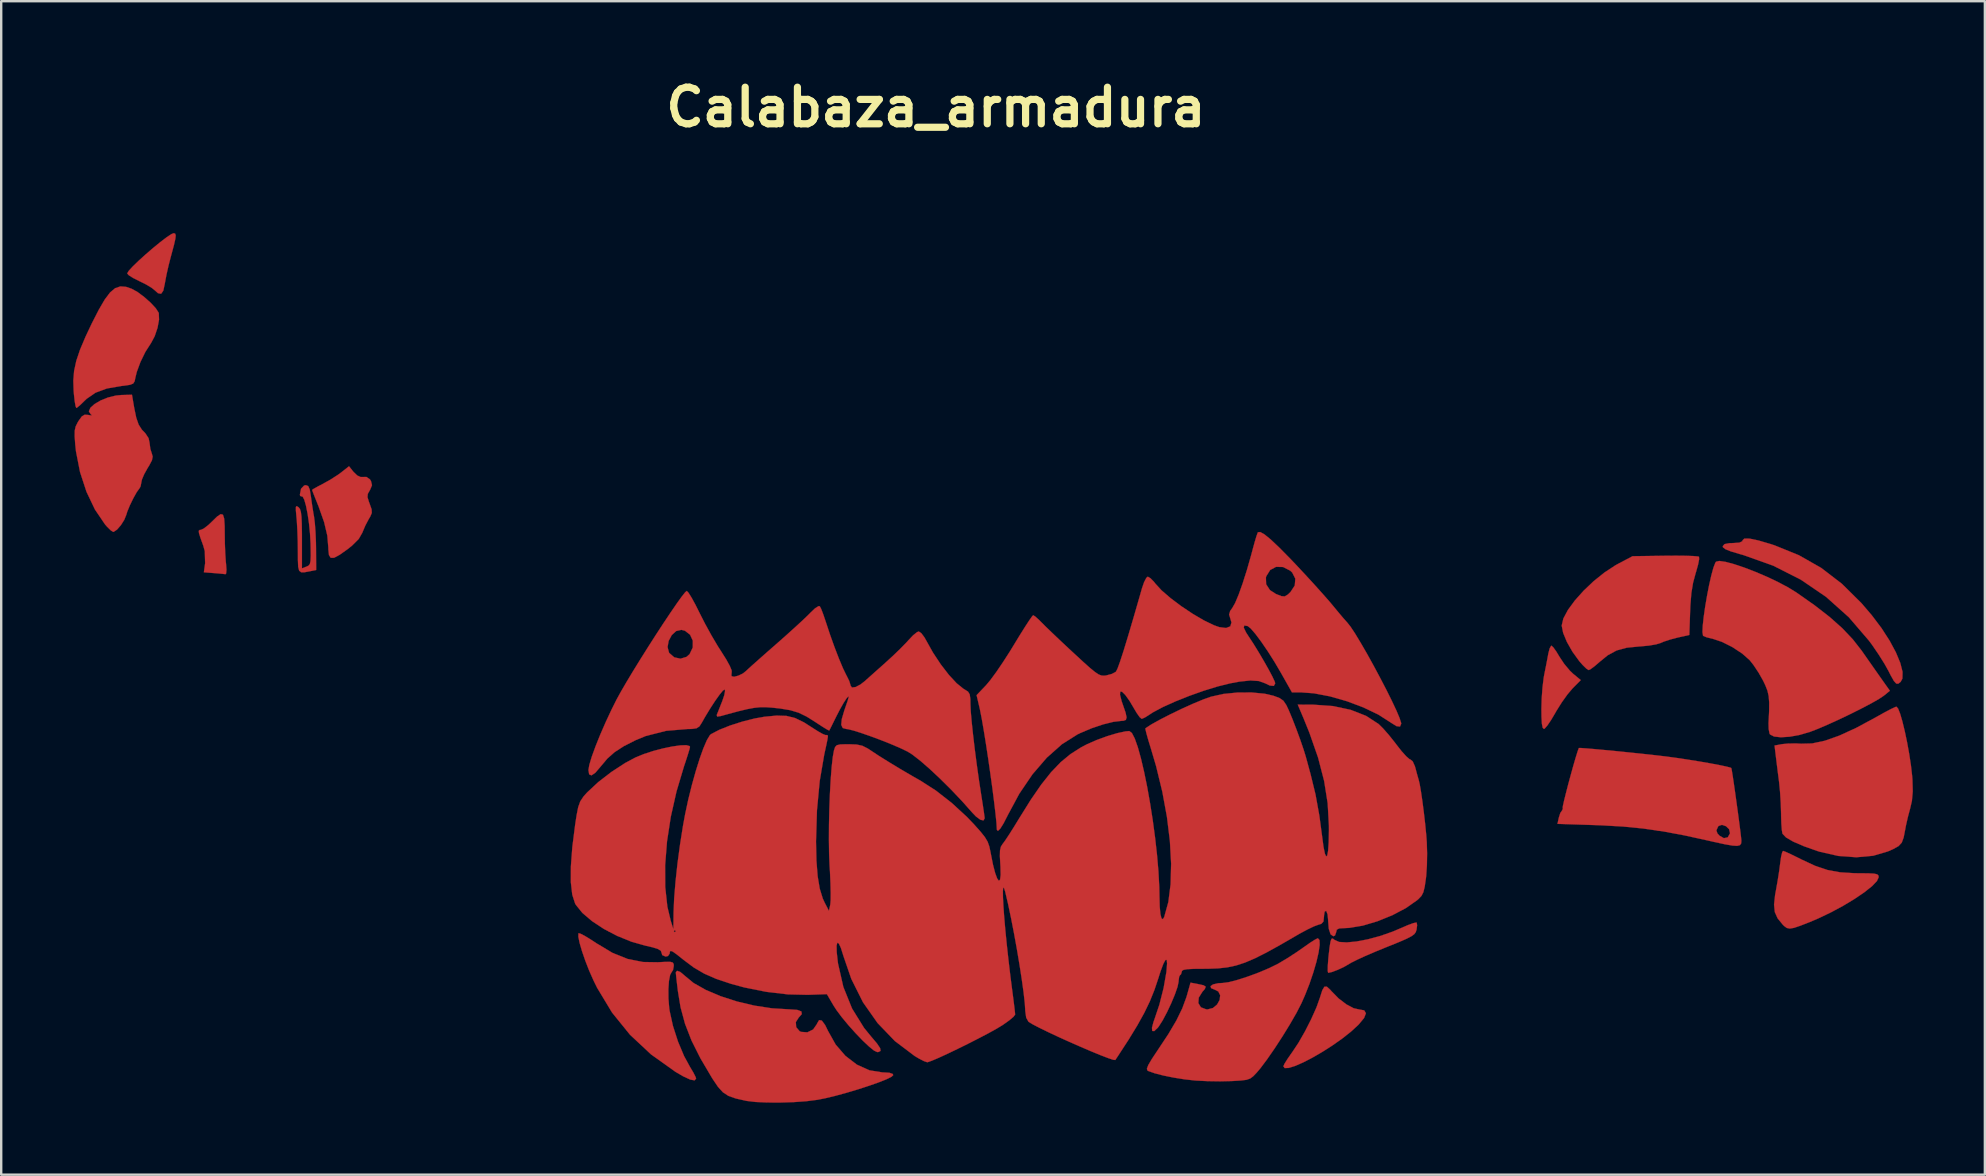
<source format=kicad_pcb>
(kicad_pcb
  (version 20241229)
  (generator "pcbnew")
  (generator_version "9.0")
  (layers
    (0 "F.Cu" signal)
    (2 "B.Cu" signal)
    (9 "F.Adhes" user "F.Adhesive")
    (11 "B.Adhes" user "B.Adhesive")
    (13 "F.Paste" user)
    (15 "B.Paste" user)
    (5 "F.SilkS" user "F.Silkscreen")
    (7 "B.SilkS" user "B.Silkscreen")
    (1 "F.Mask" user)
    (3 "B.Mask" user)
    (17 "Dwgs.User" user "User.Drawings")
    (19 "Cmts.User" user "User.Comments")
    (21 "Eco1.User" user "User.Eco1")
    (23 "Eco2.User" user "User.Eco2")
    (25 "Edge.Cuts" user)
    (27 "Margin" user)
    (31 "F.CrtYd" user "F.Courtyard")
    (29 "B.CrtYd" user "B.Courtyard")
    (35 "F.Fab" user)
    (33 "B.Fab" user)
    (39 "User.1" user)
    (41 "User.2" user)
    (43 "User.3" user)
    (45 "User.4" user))
  (footprint "Calabaza_armadura"
    (layer "F.Cu")
    (at 35.947 1.418)
    (property "Reference" "Calabaza_armadura" (at 0 0 0) (layer "F.SilkS") (effects (font (size 1.524 1.524) (thickness 0.3))))
    (attr through_hole)
    (fp_poly (pts (xy -29.707 16.979) (xy -29.656 17.14) (xy -29.636 17.45) (xy -29.633 17.759) (xy -29.627 18.178) (xy -29.611 18.591) (xy -29.589 18.929) (xy -29.578 19.029) (xy -29.561 19.274) (xy -29.575 19.428) (xy -29.6 19.458) (xy -29.723 19.443) (xy -29.951 19.422) (xy -30.089 19.411) (xy -30.502 19.379) (xy -30.45 19) (xy -30.464 18.496) (xy -30.529 18.264) (xy -30.645 17.944) (xy -30.705 17.75) (xy -30.714 17.65) (xy -30.678 17.615) (xy -30.628 17.611) (xy -30.503 17.553) (xy -30.314 17.406) (xy -30.173 17.272) (xy -29.952 17.057) (xy -29.801 16.955) (xy -29.707 16.979)) (stroke (width 0.01) (type solid)) (fill yes) (layer "F.Cu"))
    (fp_poly (pts (xy -31.7 5.266) (xy -31.675 5.336) (xy -31.69 5.483) (xy -31.747 5.736) (xy -31.85 6.121) (xy -31.868 6.185) (xy -31.97 6.579) (xy -32.059 6.973) (xy -32.12 7.294) (xy -32.129 7.349) (xy -32.192 7.642) (xy -32.284 7.773) (xy -32.414 7.749) (xy -32.546 7.63) (xy -32.698 7.511) (xy -32.949 7.364) (xy -33.194 7.244) (xy -33.452 7.115) (xy -33.633 6.999) (xy -33.697 6.925) (xy -33.635 6.82) (xy -33.467 6.636) (xy -33.222 6.399) (xy -32.93 6.134) (xy -32.618 5.865) (xy -32.315 5.617) (xy -32.051 5.416) (xy -31.853 5.286) (xy -31.762 5.249) (xy -31.7 5.266)) (stroke (width 0.01) (type solid)) (fill yes) (layer "F.Cu"))
    (fp_poly (pts (xy 25.726 22.505) (xy 25.853 22.682) (xy 25.979 22.892) (xy 26.179 23.193) (xy 26.414 23.475) (xy 26.554 23.609) (xy 26.871 23.87) (xy 26.524 24.221) (xy 26.317 24.466) (xy 26.079 24.799) (xy 25.855 25.157) (xy 25.809 25.238) (xy 25.635 25.533) (xy 25.48 25.762) (xy 25.367 25.89) (xy 25.337 25.906) (xy 25.284 25.856) (xy 25.251 25.691) (xy 25.234 25.39) (xy 25.231 25.067) (xy 25.244 24.622) (xy 25.278 24.162) (xy 25.327 23.765) (xy 25.348 23.649) (xy 25.418 23.299) (xy 25.482 22.967) (xy 25.521 22.754) (xy 25.574 22.551) (xy 25.635 22.442) (xy 25.65 22.437) (xy 25.726 22.505)) (stroke (width 0.01) (type solid)) (fill yes) (layer "F.Cu"))
    (fp_poly (pts (xy 16.432 36.773) (xy 16.481 36.83) (xy 16.779 37.134) (xy 17.102 37.381) (xy 17.408 37.543) (xy 17.626 37.592) (xy 17.847 37.632) (xy 17.919 37.751) (xy 17.843 37.948) (xy 17.618 38.22) (xy 17.601 38.237) (xy 17.297 38.517) (xy 16.933 38.805) (xy 16.53 39.089) (xy 16.11 39.358) (xy 15.695 39.599) (xy 15.309 39.799) (xy 14.972 39.947) (xy 14.706 40.03) (xy 14.534 40.037) (xy 14.478 39.963) (xy 14.525 39.858) (xy 14.649 39.659) (xy 14.825 39.407) (xy 14.846 39.378) (xy 15.108 38.984) (xy 15.382 38.504) (xy 15.64 37.995) (xy 15.857 37.51) (xy 16.002 37.104) (xy 16.008 37.084) (xy 16.103 36.788) (xy 16.189 36.646) (xy 16.291 36.645) (xy 16.432 36.773)) (stroke (width 0.01) (type solid)) (fill yes) (layer "F.Cu"))
    (fp_poly (pts (xy 20.033 33.975) (xy 20.052 34.084) (xy 20.028 34.272) (xy 19.996 34.371) (xy 19.933 34.457) (xy 19.814 34.544) (xy 19.616 34.647) (xy 19.314 34.779) (xy 18.884 34.953) (xy 18.745 35.009) (xy 18.297 35.192) (xy 17.884 35.37) (xy 17.542 35.527) (xy 17.306 35.646) (xy 17.242 35.684) (xy 17.01 35.819) (xy 16.738 35.946) (xy 16.49 36.038) (xy 16.345 36.068) (xy 16.327 35.99) (xy 16.33 35.784) (xy 16.351 35.488) (xy 16.362 35.371) (xy 16.405 34.994) (xy 16.443 34.762) (xy 16.484 34.651) (xy 16.538 34.638) (xy 16.613 34.698) (xy 16.613 34.698) (xy 16.802 34.781) (xy 17.116 34.801) (xy 17.526 34.762) (xy 18.001 34.671) (xy 18.513 34.533) (xy 19.03 34.352) (xy 19.381 34.203) (xy 19.67 34.078) (xy 19.897 33.996) (xy 20.022 33.971) (xy 20.033 33.975)) (stroke (width 0.01) (type solid)) (fill yes) (layer "F.Cu"))
    (fp_poly (pts (xy 35.401 31.024) (xy 35.615 31.121) (xy 35.905 31.263) (xy 36.078 31.35) (xy 36.643 31.612) (xy 37.153 31.784) (xy 37.676 31.88) (xy 38.278 31.917) (xy 38.487 31.919) (xy 38.86 31.922) (xy 39.095 31.935) (xy 39.223 31.964) (xy 39.276 32.016) (xy 39.285 32.082) (xy 39.211 32.244) (xy 39.005 32.459) (xy 38.688 32.711) (xy 38.283 32.986) (xy 37.815 33.269) (xy 37.304 33.544) (xy 36.774 33.798) (xy 36.407 33.954) (xy 36.021 34.105) (xy 35.757 34.194) (xy 35.58 34.224) (xy 35.454 34.198) (xy 35.346 34.119) (xy 35.277 34.049) (xy 35.071 33.794) (xy 34.956 33.536) (xy 34.925 33.228) (xy 34.968 32.824) (xy 35.002 32.639) (xy 35.073 32.237) (xy 35.138 31.825) (xy 35.182 31.487) (xy 35.183 31.475) (xy 35.221 31.214) (xy 35.267 31.037) (xy 35.301 30.988) (xy 35.401 31.024)) (stroke (width 0.01) (type solid)) (fill yes) (layer "F.Cu"))
    (fp_poly (pts (xy 33.911 17.976) (xy 34.276 18.053) (xy 34.781 18.201) (xy 34.948 18.256) (xy 35.96 18.667) (xy 36.888 19.195) (xy 37.75 19.856) (xy 38.566 20.664) (xy 38.996 21.167) (xy 39.399 21.701) (xy 39.737 22.224) (xy 40.002 22.716) (xy 40.185 23.157) (xy 40.279 23.527) (xy 40.273 23.807) (xy 40.2 23.944) (xy 40.101 24.021) (xy 40.015 24.015) (xy 39.917 23.905) (xy 39.785 23.672) (xy 39.698 23.499) (xy 39.524 23.187) (xy 39.283 22.804) (xy 39.016 22.413) (xy 38.882 22.231) (xy 38.043 21.254) (xy 37.093 20.404) (xy 36.04 19.686) (xy 34.889 19.103) (xy 33.648 18.661) (xy 33.505 18.621) (xy 33.129 18.509) (xy 32.9 18.418) (xy 32.796 18.338) (xy 32.787 18.289) (xy 32.861 18.204) (xy 33.06 18.165) (xy 33.212 18.161) (xy 33.479 18.143) (xy 33.6 18.086) (xy 33.613 18.044) (xy 33.688 17.973) (xy 33.911 17.976)) (stroke (width 0.01) (type solid)) (fill yes) (layer "F.Cu"))
    (fp_poly (pts (xy -33.745 7.484) (xy -33.504 7.567) (xy -33.26 7.704) (xy -32.985 7.91) (xy -32.719 8.147) (xy -32.507 8.375) (xy -32.388 8.558) (xy -32.38 8.583) (xy -32.37 8.851) (xy -32.434 9.195) (xy -32.552 9.544) (xy -32.706 9.832) (xy -32.723 9.856) (xy -32.942 10.199) (xy -33.145 10.616) (xy -33.297 11.028) (xy -33.354 11.261) (xy -33.387 11.42) (xy -33.448 11.514) (xy -33.577 11.566) (xy -33.816 11.602) (xy -33.953 11.617) (xy -34.548 11.721) (xy -35.015 11.894) (xy -35.385 12.148) (xy -35.476 12.235) (xy -35.654 12.408) (xy -35.783 12.514) (xy -35.818 12.531) (xy -35.849 12.453) (xy -35.885 12.245) (xy -35.918 11.946) (xy -35.928 11.819) (xy -35.942 11.392) (xy -35.909 10.987) (xy -35.819 10.569) (xy -35.663 10.105) (xy -35.433 9.561) (xy -35.176 9.017) (xy -34.883 8.443) (xy -34.633 8.014) (xy -34.41 7.718) (xy -34.198 7.539) (xy -33.982 7.466) (xy -33.745 7.484)) (stroke (width 0.01) (type solid)) (fill yes) (layer "F.Cu"))
    (fp_poly (pts (xy -14.8 34.44) (xy -14.608 34.542) (xy -14.341 34.706) (xy -14.15 34.833) (xy -13.48 35.234) (xy -12.843 35.491) (xy -12.203 35.617) (xy -11.592 35.627) (xy -11.259 35.61) (xy -11.059 35.612) (xy -10.96 35.641) (xy -10.926 35.705) (xy -10.922 35.781) (xy -10.953 35.953) (xy -11.001 36.022) (xy -11.073 36.151) (xy -11.123 36.407) (xy -11.147 36.75) (xy -11.144 37.14) (xy -11.112 37.535) (xy -11.093 37.662) (xy -10.956 38.282) (xy -10.747 38.93) (xy -10.492 39.538) (xy -10.245 39.99) (xy -10.105 40.225) (xy -10.013 40.406) (xy -9.991 40.474) (xy -10.054 40.549) (xy -10.238 40.516) (xy -10.536 40.378) (xy -10.855 40.191) (xy -11.87 39.467) (xy -12.746 38.648) (xy -13.493 37.725) (xy -14.117 36.69) (xy -14.265 36.389) (xy -14.445 35.983) (xy -14.608 35.566) (xy -14.745 35.169) (xy -14.845 34.826) (xy -14.898 34.568) (xy -14.894 34.427) (xy -14.887 34.417) (xy -14.8 34.44)) (stroke (width 0.01) (type solid)) (fill yes) (layer "F.Cu"))
    (fp_poly (pts (xy -24.268 15.193) (xy -24.111 15.344) (xy -23.971 15.408) (xy -23.958 15.407) (xy -23.726 15.406) (xy -23.583 15.505) (xy -23.538 15.578) (xy -23.496 15.75) (xy -23.577 15.944) (xy -23.589 15.962) (xy -23.672 16.112) (xy -23.684 16.248) (xy -23.625 16.442) (xy -23.593 16.527) (xy -23.513 16.754) (xy -23.505 16.907) (xy -23.573 17.064) (xy -23.625 17.149) (xy -23.774 17.431) (xy -23.899 17.726) (xy -23.899 17.728) (xy -24.048 17.988) (xy -24.33 18.269) (xy -24.512 18.414) (xy -24.846 18.651) (xy -25.074 18.773) (xy -25.216 18.776) (xy -25.29 18.661) (xy -25.315 18.425) (xy -25.316 18.352) (xy -25.359 17.848) (xy -25.492 17.287) (xy -25.722 16.636) (xy -25.77 16.517) (xy -25.88 16.243) (xy -25.96 16.039) (xy -25.993 15.947) (xy -25.993 15.946) (xy -25.924 15.898) (xy -25.745 15.798) (xy -25.548 15.696) (xy -25.23 15.518) (xy -24.915 15.316) (xy -24.779 15.216) (xy -24.454 14.96) (xy -24.268 15.193)) (stroke (width 0.01) (type solid)) (fill yes) (layer "F.Cu"))
    (fp_poly (pts (xy 31.248 18.69) (xy 31.56 18.701) (xy 31.752 18.718) (xy 31.798 18.731) (xy 31.803 18.835) (xy 31.76 19.055) (xy 31.679 19.348) (xy 31.66 19.408) (xy 31.551 19.811) (xy 31.479 20.247) (xy 31.437 20.772) (xy 31.428 21.007) (xy 31.394 21.99) (xy 30.916 22.096) (xy 30.606 22.177) (xy 30.329 22.268) (xy 30.209 22.32) (xy 30.013 22.381) (xy 29.71 22.433) (xy 29.361 22.466) (xy 29.32 22.468) (xy 28.788 22.52) (xy 28.365 22.635) (xy 27.997 22.834) (xy 27.66 23.108) (xy 27.447 23.292) (xy 27.277 23.417) (xy 27.2 23.453) (xy 27.103 23.392) (xy 26.943 23.235) (xy 26.807 23.079) (xy 26.524 22.687) (xy 26.293 22.281) (xy 26.137 21.905) (xy 26.077 21.603) (xy 26.077 21.594) (xy 26.146 21.302) (xy 26.336 20.947) (xy 26.625 20.553) (xy 26.99 20.145) (xy 27.408 19.748) (xy 27.857 19.388) (xy 28.313 19.088) (xy 28.444 19.016) (xy 29.029 18.708) (xy 30.382 18.689) (xy 30.845 18.686) (xy 31.248 18.69)) (stroke (width 0.01) (type solid)) (fill yes) (layer "F.Cu"))
    (fp_poly (pts (xy -26.154 15.787) (xy -26.091 15.928) (xy -26.046 16.192) (xy -25.995 16.557) (xy -25.934 16.941) (xy -25.912 17.06) (xy -25.878 17.33) (xy -25.85 17.708) (xy -25.832 18.135) (xy -25.828 18.383) (xy -25.823 19.283) (xy -26.088 19.336) (xy -26.306 19.377) (xy -26.449 19.377) (xy -26.532 19.311) (xy -26.572 19.152) (xy -26.584 18.872) (xy -26.585 18.512) (xy -26.591 18.069) (xy -26.607 17.619) (xy -26.629 17.233) (xy -26.642 17.094) (xy -26.668 16.806) (xy -26.668 16.657) (xy -26.635 16.619) (xy -26.564 16.663) (xy -26.557 16.669) (xy -26.5 16.738) (xy -26.461 16.857) (xy -26.436 17.051) (xy -26.422 17.348) (xy -26.416 17.776) (xy -26.416 17.999) (xy -26.416 19.214) (xy -26.226 19.142) (xy -26.14 19.101) (xy -26.086 19.033) (xy -26.058 18.906) (xy -26.048 18.686) (xy -26.053 18.341) (xy -26.056 18.192) (xy -26.079 17.768) (xy -26.122 17.341) (xy -26.18 16.943) (xy -26.247 16.605) (xy -26.318 16.355) (xy -26.387 16.226) (xy -26.425 16.219) (xy -26.491 16.196) (xy -26.501 16.141) (xy -26.453 15.896) (xy -26.324 15.762) (xy -26.249 15.748) (xy -26.154 15.787)) (stroke (width 0.01) (type solid)) (fill yes) (layer "F.Cu"))
    (fp_poly (pts (xy -33.404 12.531) (xy -33.32 12.936) (xy -33.221 13.222) (xy -33.085 13.436) (xy -32.943 13.582) (xy -32.805 13.793) (xy -32.766 13.979) (xy -32.732 14.239) (xy -32.674 14.418) (xy -32.635 14.558) (xy -32.665 14.711) (xy -32.779 14.927) (xy -32.844 15.031) (xy -32.988 15.289) (xy -33.083 15.515) (xy -33.105 15.621) (xy -33.14 15.803) (xy -33.185 15.879) (xy -33.299 16.038) (xy -33.443 16.295) (xy -33.585 16.587) (xy -33.695 16.854) (xy -33.734 16.983) (xy -33.819 17.193) (xy -33.961 17.416) (xy -34.121 17.6) (xy -34.259 17.692) (xy -34.28 17.695) (xy -34.378 17.635) (xy -34.534 17.482) (xy -34.622 17.381) (xy -35.042 16.761) (xy -35.394 16.022) (xy -35.662 15.203) (xy -35.83 14.346) (xy -35.861 14.063) (xy -35.886 13.712) (xy -35.883 13.475) (xy -35.844 13.301) (xy -35.762 13.135) (xy -35.729 13.08) (xy -35.59 12.885) (xy -35.467 12.811) (xy -35.316 12.823) (xy -35.179 12.846) (xy -35.191 12.811) (xy -35.221 12.79) (xy -35.294 12.67) (xy -35.231 12.524) (xy -35.059 12.369) (xy -34.807 12.22) (xy -34.503 12.097) (xy -34.173 12.015) (xy -33.941 11.992) (xy -33.498 11.98) (xy -33.404 12.531)) (stroke (width 0.01) (type solid)) (fill yes) (layer "F.Cu"))
    (fp_poly (pts (xy 40.094 25.056) (xy 40.179 25.273) (xy 40.274 25.6) (xy 40.373 26.008) (xy 40.469 26.466) (xy 40.556 26.947) (xy 40.628 27.42) (xy 40.678 27.857) (xy 40.691 28.025) (xy 40.704 28.514) (xy 40.669 28.906) (xy 40.598 29.21) (xy 40.503 29.567) (xy 40.418 29.942) (xy 40.389 30.099) (xy 40.325 30.429) (xy 40.246 30.643) (xy 40.112 30.788) (xy 39.885 30.914) (xy 39.669 31.009) (xy 39.054 31.19) (xy 38.353 31.253) (xy 37.602 31.198) (xy 36.837 31.025) (xy 36.745 30.997) (xy 36.169 30.794) (xy 35.725 30.602) (xy 35.424 30.427) (xy 35.278 30.275) (xy 35.274 30.265) (xy 35.249 30.119) (xy 35.229 29.854) (xy 35.218 29.522) (xy 35.218 29.436) (xy 35.204 28.995) (xy 35.173 28.512) (xy 35.133 28.109) (xy 35.083 27.721) (xy 35.034 27.329) (xy 34.998 27.036) (xy 34.945 26.597) (xy 35.256 26.539) (xy 35.523 26.513) (xy 35.861 26.511) (xy 36.051 26.521) (xy 36.51 26.51) (xy 37.038 26.398) (xy 37.647 26.183) (xy 38.352 25.859) (xy 39.164 25.421) (xy 39.203 25.399) (xy 39.523 25.22) (xy 39.791 25.079) (xy 39.972 24.994) (xy 40.025 24.977) (xy 40.094 25.056)) (stroke (width 0.01) (type solid)) (fill yes) (layer "F.Cu"))
    (fp_poly (pts (xy 32.906 18.944) (xy 33.262 19.04) (xy 33.686 19.182) (xy 34.151 19.361) (xy 34.629 19.565) (xy 35.094 19.786) (xy 35.517 20.011) (xy 35.856 20.22) (xy 36.618 20.756) (xy 37.247 21.245) (xy 37.768 21.709) (xy 38.203 22.168) (xy 38.575 22.643) (xy 38.613 22.698) (xy 38.872 23.068) (xy 39.128 23.433) (xy 39.347 23.745) (xy 39.46 23.905) (xy 39.751 24.315) (xy 39.497 24.522) (xy 39.298 24.655) (xy 38.977 24.838) (xy 38.568 25.053) (xy 38.105 25.285) (xy 37.622 25.516) (xy 37.153 25.729) (xy 36.732 25.909) (xy 36.423 26.028) (xy 35.99 26.155) (xy 35.574 26.23) (xy 35.208 26.253) (xy 34.925 26.222) (xy 34.758 26.136) (xy 34.736 26.099) (xy 34.701 25.913) (xy 34.694 25.667) (xy 34.695 25.654) (xy 34.719 25.169) (xy 34.722 24.81) (xy 34.701 24.538) (xy 34.649 24.311) (xy 34.561 24.086) (xy 34.468 23.892) (xy 34.281 23.562) (xy 34.067 23.24) (xy 33.908 23.039) (xy 33.595 22.763) (xy 33.189 22.496) (xy 32.754 22.278) (xy 32.358 22.145) (xy 32.321 22.138) (xy 32.106 22.085) (xy 31.976 22.029) (xy 31.965 22.018) (xy 31.942 21.875) (xy 31.954 21.602) (xy 31.994 21.234) (xy 32.055 20.806) (xy 32.133 20.352) (xy 32.219 19.909) (xy 32.31 19.509) (xy 32.397 19.189) (xy 32.476 18.983) (xy 32.508 18.936) (xy 32.645 18.906) (xy 32.906 18.944)) (stroke (width 0.01) (type solid)) (fill yes) (layer "F.Cu"))
    (fp_poly (pts (xy -10.656 36.028) (xy -10.485 36.17) (xy -10.473 36.182) (xy -10.101 36.489) (xy -9.592 36.778) (xy -8.978 37.039) (xy -8.293 37.261) (xy -7.567 37.433) (xy -6.833 37.546) (xy -6.125 37.589) (xy -6.117 37.589) (xy -5.779 37.612) (xy -5.603 37.678) (xy -5.588 37.789) (xy -5.715 37.931) (xy -5.836 38.121) (xy -5.821 38.331) (xy -5.681 38.497) (xy -5.619 38.528) (xy -5.356 38.547) (xy -5.117 38.43) (xy -4.96 38.206) (xy -4.954 38.187) (xy -4.867 38.038) (xy -4.754 38.056) (xy -4.616 38.241) (xy -4.496 38.487) (xy -4.178 39.055) (xy -3.768 39.53) (xy -3.29 39.895) (xy -2.77 40.13) (xy -2.233 40.216) (xy -2.223 40.216) (xy -1.939 40.232) (xy -1.8 40.281) (xy -1.778 40.332) (xy -1.855 40.403) (xy -2.068 40.507) (xy -2.388 40.634) (xy -2.787 40.774) (xy -3.236 40.92) (xy -3.707 41.061) (xy -4.171 41.188) (xy -4.6 41.292) (xy -4.943 41.36) (xy -5.391 41.417) (xy -5.922 41.455) (xy -6.486 41.473) (xy -7.034 41.471) (xy -7.518 41.449) (xy -7.887 41.405) (xy -7.916 41.399) (xy -8.341 41.303) (xy -8.645 41.196) (xy -8.874 41.046) (xy -9.077 40.823) (xy -9.3 40.493) (xy -9.336 40.436) (xy -9.815 39.623) (xy -10.183 38.888) (xy -10.453 38.193) (xy -10.639 37.504) (xy -10.75 36.832) (xy -10.79 36.498) (xy -10.82 36.23) (xy -10.836 36.071) (xy -10.837 36.049) (xy -10.786 35.983) (xy -10.656 36.028)) (stroke (width 0.01) (type solid)) (fill yes) (layer "F.Cu"))
    (fp_poly (pts (xy 26.875 26.7) (xy 27.098 26.716) (xy 27.434 26.744) (xy 27.854 26.783) (xy 28.33 26.828) (xy 28.833 26.879) (xy 29.335 26.931) (xy 29.809 26.982) (xy 30.225 27.03) (xy 30.438 27.055) (xy 30.865 27.113) (xy 31.328 27.183) (xy 31.797 27.258) (xy 32.24 27.335) (xy 32.626 27.407) (xy 32.925 27.47) (xy 33.105 27.516) (xy 33.144 27.534) (xy 33.163 27.625) (xy 33.2 27.851) (xy 33.249 28.179) (xy 33.306 28.576) (xy 33.366 29.01) (xy 33.426 29.447) (xy 33.48 29.855) (xy 33.524 30.2) (xy 33.553 30.451) (xy 33.563 30.565) (xy 33.554 30.677) (xy 33.503 30.748) (xy 33.387 30.778) (xy 33.185 30.765) (xy 32.874 30.711) (xy 32.431 30.615) (xy 32.173 30.556) (xy 31.179 30.338) (xy 30.29 30.173) (xy 30.012 30.133) (xy 32.521 30.133) (xy 32.567 30.261) (xy 32.649 30.351) (xy 32.834 30.457) (xy 32.996 30.422) (xy 33.087 30.259) (xy 33.089 30.247) (xy 33.05 30.082) (xy 32.919 29.957) (xy 32.755 29.902) (xy 32.615 29.948) (xy 32.592 29.977) (xy 32.521 30.133) (xy 30.012 30.133) (xy 29.455 30.053) (xy 28.621 29.972) (xy 27.737 29.922) (xy 27.492 29.913) (xy 25.9 29.861) (xy 25.957 29.599) (xy 26.018 29.408) (xy 26.086 29.309) (xy 26.088 29.309) (xy 26.126 29.228) (xy 26.116 29.204) (xy 26.127 29.111) (xy 26.176 28.89) (xy 26.254 28.576) (xy 26.35 28.204) (xy 26.457 27.81) (xy 26.563 27.427) (xy 26.661 27.091) (xy 26.74 26.837) (xy 26.791 26.7) (xy 26.875 26.7)) (stroke (width 0.01) (type solid)) (fill yes) (layer "F.Cu"))
    (fp_poly (pts (xy 15.984 34.703) (xy 15.991 34.908) (xy 15.946 35.218) (xy 15.856 35.61) (xy 15.726 36.056) (xy 15.564 36.532) (xy 15.374 37.013) (xy 15.231 37.336) (xy 15.026 37.735) (xy 14.754 38.208) (xy 14.442 38.715) (xy 14.115 39.218) (xy 13.798 39.676) (xy 13.517 40.05) (xy 13.364 40.231) (xy 13.223 40.378) (xy 13.098 40.471) (xy 12.943 40.526) (xy 12.713 40.555) (xy 12.365 40.576) (xy 12.319 40.578) (xy 11.846 40.589) (xy 11.313 40.581) (xy 10.83 40.557) (xy 10.795 40.554) (xy 10.36 40.506) (xy 9.905 40.433) (xy 9.475 40.346) (xy 9.112 40.252) (xy 8.861 40.163) (xy 8.813 40.137) (xy 8.792 40.065) (xy 8.85 39.91) (xy 8.998 39.658) (xy 9.243 39.29) (xy 9.253 39.275) (xy 9.688 38.618) (xy 10.021 38.053) (xy 10.265 37.553) (xy 10.437 37.087) (xy 10.467 36.985) (xy 10.61 36.477) (xy 10.914 36.534) (xy 11.154 36.587) (xy 11.245 36.647) (xy 11.205 36.744) (xy 11.106 36.857) (xy 10.953 37.101) (xy 10.936 37.329) (xy 11.043 37.505) (xy 11.264 37.589) (xy 11.32 37.592) (xy 11.543 37.534) (xy 11.717 37.389) (xy 11.823 37.198) (xy 11.846 37.003) (xy 11.768 36.846) (xy 11.642 36.78) (xy 11.468 36.706) (xy 11.444 36.624) (xy 11.549 36.55) (xy 11.767 36.501) (xy 11.954 36.491) (xy 12.205 36.457) (xy 12.566 36.363) (xy 12.993 36.225) (xy 13.443 36.059) (xy 13.872 35.878) (xy 14.239 35.699) (xy 14.28 35.676) (xy 14.649 35.456) (xy 15.05 35.195) (xy 15.327 35.001) (xy 15.584 34.82) (xy 15.792 34.688) (xy 15.911 34.629) (xy 15.918 34.629) (xy 15.984 34.703)) (stroke (width 0.01) (type solid)) (fill yes) (layer "F.Cu"))
    (fp_poly (pts (xy 13.694 17.801) (xy 13.955 18.014) (xy 14.307 18.347) (xy 14.757 18.803) (xy 14.993 19.05) (xy 15.377 19.461) (xy 15.759 19.877) (xy 16.107 20.264) (xy 16.391 20.587) (xy 16.541 20.766) (xy 16.77 21.043) (xy 16.97 21.28) (xy 17.109 21.437) (xy 17.136 21.466) (xy 17.276 21.642) (xy 17.47 21.935) (xy 17.703 22.321) (xy 17.964 22.772) (xy 18.237 23.265) (xy 18.509 23.773) (xy 18.768 24.271) (xy 18.998 24.734) (xy 19.187 25.135) (xy 19.32 25.45) (xy 19.385 25.652) (xy 19.389 25.688) (xy 19.339 25.807) (xy 19.191 25.789) (xy 18.944 25.634) (xy 18.931 25.624) (xy 18.429 25.304) (xy 17.808 25.007) (xy 17.121 24.749) (xy 16.418 24.548) (xy 15.751 24.421) (xy 15.245 24.384) (xy 14.838 24.384) (xy 14.383 23.577) (xy 14.111 23.114) (xy 13.831 22.672) (xy 13.56 22.276) (xy 13.318 21.951) (xy 13.122 21.723) (xy 12.991 21.618) (xy 12.849 21.596) (xy 12.828 21.685) (xy 12.926 21.888) (xy 13.017 22.029) (xy 13.227 22.348) (xy 13.45 22.71) (xy 13.669 23.082) (xy 13.865 23.43) (xy 14.021 23.724) (xy 14.117 23.93) (xy 14.139 24.006) (xy 14.082 24.113) (xy 13.914 24.097) (xy 13.716 24.003) (xy 13.455 23.909) (xy 13.107 23.886) (xy 12.647 23.934) (xy 12.261 24.006) (xy 11.738 24.136) (xy 11.157 24.315) (xy 10.558 24.528) (xy 9.981 24.758) (xy 9.466 24.99) (xy 9.055 25.208) (xy 8.894 25.312) (xy 8.711 25.428) (xy 8.584 25.484) (xy 8.575 25.485) (xy 8.493 25.417) (xy 8.37 25.244) (xy 8.299 25.125) (xy 8.074 24.745) (xy 7.89 24.487) (xy 7.756 24.355) (xy 7.68 24.352) (xy 7.672 24.484) (xy 7.741 24.753) (xy 7.79 24.894) (xy 7.903 25.222) (xy 7.946 25.423) (xy 7.917 25.528) (xy 7.815 25.566) (xy 7.738 25.569) (xy 7.399 25.609) (xy 6.965 25.717) (xy 6.487 25.878) (xy 6.018 26.076) (xy 5.895 26.136) (xy 5.25 26.544) (xy 4.621 27.103) (xy 4.025 27.795) (xy 3.477 28.602) (xy 3.001 29.487) (xy 2.824 29.834) (xy 2.683 30.06) (xy 2.585 30.155) (xy 2.541 30.107) (xy 2.539 30.078) (xy 2.524 29.823) (xy 2.484 29.432) (xy 2.425 28.936) (xy 2.352 28.365) (xy 2.267 27.753) (xy 2.177 27.128) (xy 2.085 26.522) (xy 1.995 25.966) (xy 1.913 25.491) (xy 1.842 25.129) (xy 1.825 25.051) (xy 1.696 24.498) (xy 2.097 24.077) (xy 2.279 23.858) (xy 2.52 23.529) (xy 2.795 23.124) (xy 3.08 22.681) (xy 3.245 22.411) (xy 3.493 22.004) (xy 3.714 21.652) (xy 3.891 21.38) (xy 4.011 21.211) (xy 4.054 21.167) (xy 4.143 21.223) (xy 4.302 21.367) (xy 4.407 21.473) (xy 4.569 21.635) (xy 4.827 21.884) (xy 5.153 22.194) (xy 5.517 22.536) (xy 5.75 22.752) (xy 6.136 23.108) (xy 6.421 23.363) (xy 6.629 23.533) (xy 6.78 23.634) (xy 6.899 23.68) (xy 7.006 23.687) (xy 7.098 23.676) (xy 7.33 23.614) (xy 7.494 23.527) (xy 7.503 23.519) (xy 7.567 23.393) (xy 7.673 23.103) (xy 7.82 22.651) (xy 8.008 22.036) (xy 8.238 21.258) (xy 8.509 20.32) (xy 8.587 20.045) (xy 8.676 19.787) (xy 8.768 19.611) (xy 8.829 19.56) (xy 8.94 19.625) (xy 9.093 19.782) (xy 9.141 19.845) (xy 9.401 20.129) (xy 9.775 20.452) (xy 10.221 20.788) (xy 10.699 21.107) (xy 11.167 21.382) (xy 11.584 21.584) (xy 11.807 21.663) (xy 12.092 21.699) (xy 12.268 21.631) (xy 12.316 21.469) (xy 12.272 21.317) (xy 12.217 21.14) (xy 12.262 20.989) (xy 12.35 20.866) (xy 12.469 20.657) (xy 12.616 20.307) (xy 12.782 19.841) (xy 12.859 19.598) (xy 13.751 19.598) (xy 13.761 19.877) (xy 13.92 20.121) (xy 14.167 20.281) (xy 14.395 20.372) (xy 14.538 20.383) (xy 14.666 20.305) (xy 14.778 20.197) (xy 14.954 19.927) (xy 14.977 19.645) (xy 14.848 19.39) (xy 14.763 19.31) (xy 14.464 19.158) (xy 14.174 19.151) (xy 13.931 19.281) (xy 13.77 19.536) (xy 13.751 19.598) (xy 12.859 19.598) (xy 12.959 19.284) (xy 13.137 18.66) (xy 13.202 18.416) (xy 13.288 18.102) (xy 13.362 17.857) (xy 13.412 17.722) (xy 13.419 17.71) (xy 13.517 17.701) (xy 13.694 17.801)) (stroke (width 0.01) (type solid)) (fill yes) (layer "F.Cu"))
    (fp_poly (pts (xy -10.31 20.228) (xy -10.186 20.425) (xy -10.026 20.716) (xy -9.848 21.071) (xy -9.848 21.072) (xy -9.616 21.527) (xy -9.348 22.015) (xy -9.083 22.463) (xy -8.935 22.694) (xy -8.739 23.004) (xy -8.592 23.27) (xy -8.513 23.457) (xy -8.507 23.519) (xy -8.521 23.671) (xy -8.506 23.711) (xy -8.407 23.732) (xy -8.23 23.685) (xy -8.041 23.594) (xy -7.916 23.495) (xy -7.827 23.411) (xy -7.633 23.235) (xy -7.355 22.988) (xy -7.017 22.689) (xy -6.689 22.402) (xy -6.292 22.052) (xy -5.917 21.714) (xy -5.59 21.414) (xy -5.342 21.178) (xy -5.225 21.06) (xy -5.035 20.879) (xy -4.891 20.789) (xy -4.837 20.793) (xy -4.779 20.907) (xy -4.691 21.137) (xy -4.591 21.433) (xy -4.581 21.463) (xy -4.41 21.979) (xy -4.225 22.496) (xy -4.041 22.974) (xy -3.873 23.375) (xy -3.736 23.658) (xy -3.718 23.69) (xy -3.611 23.907) (xy -3.558 24.078) (xy -3.556 24.098) (xy -3.498 24.179) (xy -3.348 24.16) (xy -3.142 24.053) (xy -2.964 23.914) (xy -2.81 23.776) (xy -2.568 23.56) (xy -2.278 23.302) (xy -2.1 23.143) (xy -1.782 22.852) (xy -1.476 22.556) (xy -1.228 22.302) (xy -1.14 22.204) (xy -0.951 22.005) (xy -0.788 21.874) (xy -0.715 21.844) (xy -0.609 21.914) (xy -0.477 22.09) (xy -0.413 22.204) (xy -0.123 22.722) (xy 0.203 23.215) (xy 0.54 23.652) (xy 0.863 24.001) (xy 1.149 24.233) (xy 1.206 24.266) (xy 1.34 24.352) (xy 1.409 24.465) (xy 1.436 24.656) (xy 1.439 24.873) (xy 1.452 25.163) (xy 1.489 25.588) (xy 1.545 26.118) (xy 1.616 26.722) (xy 1.7 27.367) (xy 1.792 28.023) (xy 1.889 28.658) (xy 1.9 28.724) (xy 1.956 29.084) (xy 2.001 29.382) (xy 2.027 29.58) (xy 2.032 29.632) (xy 1.982 29.719) (xy 1.852 29.688) (xy 1.669 29.553) (xy 1.523 29.401) (xy 1.096 28.921) (xy 0.64 28.44) (xy 0.179 27.982) (xy -0.262 27.569) (xy -0.66 27.223) (xy -0.99 26.968) (xy -1.171 26.854) (xy -1.46 26.714) (xy -1.832 26.554) (xy -2.251 26.386) (xy -2.68 26.225) (xy -3.082 26.084) (xy -3.422 25.976) (xy -3.661 25.916) (xy -3.732 25.908) (xy -3.881 25.868) (xy -3.944 25.736) (xy -3.921 25.494) (xy -3.813 25.126) (xy -3.782 25.037) (xy -3.68 24.74) (xy -3.635 24.583) (xy -3.646 24.548) (xy -3.711 24.617) (xy -3.727 24.638) (xy -3.847 24.822) (xy -4.003 25.099) (xy -4.158 25.4) (xy -4.292 25.671) (xy -4.393 25.875) (xy -4.443 25.97) (xy -4.444 25.973) (xy -4.517 25.94) (xy -4.695 25.832) (xy -4.945 25.67) (xy -5.028 25.615) (xy -5.393 25.387) (xy -5.72 25.229) (xy -6.066 25.125) (xy -6.486 25.055) (xy -6.829 25.018) (xy -7.084 25) (xy -7.319 25) (xy -7.568 25.026) (xy -7.864 25.081) (xy -8.241 25.172) (xy -8.734 25.305) (xy -8.968 25.37) (xy -9.113 25.391) (xy -9.132 25.328) (xy -9.125 25.308) (xy -9.068 25.166) (xy -8.974 24.928) (xy -8.902 24.747) (xy -8.818 24.5) (xy -8.785 24.32) (xy -8.8 24.26) (xy -8.874 24.307) (xy -9.012 24.474) (xy -9.195 24.731) (xy -9.404 25.052) (xy -9.62 25.408) (xy -9.754 25.645) (xy -9.854 25.8) (xy -9.972 25.878) (xy -10.165 25.906) (xy -10.347 25.909) (xy -11.242 25.984) (xy -12.089 26.2) (xy -12.51 26.373) (xy -13.007 26.626) (xy -13.385 26.871) (xy -13.69 27.14) (xy -13.966 27.469) (xy -13.967 27.47) (xy -14.19 27.731) (xy -14.351 27.841) (xy -14.448 27.798) (xy -14.478 27.618) (xy -14.441 27.4) (xy -14.339 27.062) (xy -14.183 26.632) (xy -13.985 26.14) (xy -13.757 25.617) (xy -13.511 25.091) (xy -13.305 24.68) (xy -13.127 24.356) (xy -12.894 23.955) (xy -12.618 23.496) (xy -12.312 23) (xy -11.995 22.496) (xy -11.181 22.496) (xy -11.119 22.728) (xy -11.111 22.74) (xy -10.901 22.922) (xy -10.642 22.978) (xy -10.39 22.902) (xy -10.262 22.788) (xy -10.131 22.512) (xy -10.129 22.227) (xy -10.243 21.98) (xy -10.456 21.814) (xy -10.603 21.776) (xy -10.82 21.825) (xy -11.006 21.995) (xy -11.135 22.235) (xy -11.181 22.496) (xy -11.995 22.496) (xy -11.99 22.488) (xy -11.665 21.98) (xy -11.349 21.496) (xy -11.056 21.057) (xy -10.8 20.683) (xy -10.593 20.395) (xy -10.448 20.212) (xy -10.381 20.154) (xy -10.31 20.228)) (stroke (width 0.01) (type solid)) (fill yes) (layer "F.Cu"))
    (fp_poly (pts (xy 13.705 24.439) (xy 14.07 24.524) (xy 14.321 24.619) (xy 14.48 24.73) (xy 14.602 24.91) (xy 14.702 25.122) (xy 14.853 25.484) (xy 15.021 25.918) (xy 15.185 26.365) (xy 15.323 26.768) (xy 15.41 27.051) (xy 15.472 27.276) (xy 15.555 27.583) (xy 15.612 27.791) (xy 15.818 28.635) (xy 15.978 29.518) (xy 16.093 30.379) (xy 16.152 30.823) (xy 16.209 31.102) (xy 16.262 31.218) (xy 16.307 31.176) (xy 16.343 30.979) (xy 16.367 30.632) (xy 16.377 30.137) (xy 16.376 29.93) (xy 16.325 29.005) (xy 16.177 28.072) (xy 15.925 27.1) (xy 15.561 26.057) (xy 15.32 25.463) (xy 15.078 24.892) (xy 15.731 24.895) (xy 16.543 24.952) (xy 17.284 25.11) (xy 17.927 25.362) (xy 18.446 25.699) (xy 18.449 25.702) (xy 18.634 25.884) (xy 18.873 26.156) (xy 19.122 26.467) (xy 19.193 26.562) (xy 19.408 26.835) (xy 19.598 27.046) (xy 19.734 27.164) (xy 19.77 27.178) (xy 19.867 27.255) (xy 19.959 27.458) (xy 19.982 27.538) (xy 20.048 27.787) (xy 20.102 27.977) (xy 20.114 28.015) (xy 20.159 28.205) (xy 20.214 28.525) (xy 20.274 28.935) (xy 20.333 29.394) (xy 20.387 29.865) (xy 20.43 30.306) (xy 20.454 30.622) (xy 20.468 31.084) (xy 20.46 31.579) (xy 20.431 32.021) (xy 20.419 32.131) (xy 20.368 32.48) (xy 20.312 32.708) (xy 20.232 32.864) (xy 20.107 32.995) (xy 20.054 33.041) (xy 19.587 33.369) (xy 19.019 33.668) (xy 18.403 33.918) (xy 17.789 34.101) (xy 17.228 34.195) (xy 17.039 34.204) (xy 16.809 34.217) (xy 16.704 34.269) (xy 16.679 34.375) (xy 16.631 34.512) (xy 16.562 34.544) (xy 16.446 34.464) (xy 16.371 34.234) (xy 16.342 33.871) (xy 16.342 33.85) (xy 16.32 33.632) (xy 16.268 33.496) (xy 16.256 33.486) (xy 16.198 33.521) (xy 16.172 33.691) (xy 16.171 33.724) (xy 16.15 33.929) (xy 16.06 34.027) (xy 15.938 34.064) (xy 15.762 34.128) (xy 15.49 34.258) (xy 15.168 34.43) (xy 15.028 34.511) (xy 14.344 34.907) (xy 13.777 35.221) (xy 13.299 35.462) (xy 12.885 35.639) (xy 12.509 35.762) (xy 12.144 35.84) (xy 11.765 35.882) (xy 11.345 35.898) (xy 11.167 35.899) (xy 10.752 35.902) (xy 10.48 35.916) (xy 10.323 35.943) (xy 10.255 35.987) (xy 10.245 36.026) (xy 10.21 36.139) (xy 10.181 36.153) (xy 10.137 36.227) (xy 10.113 36.41) (xy 10.112 36.44) (xy 10.069 36.651) (xy 9.961 36.963) (xy 9.808 37.33) (xy 9.631 37.707) (xy 9.45 38.047) (xy 9.285 38.306) (xy 9.248 38.354) (xy 9.099 38.495) (xy 9.015 38.491) (xy 9.003 38.357) (xy 9.069 38.107) (xy 9.097 38.033) (xy 9.312 37.395) (xy 9.489 36.697) (xy 9.604 36.039) (xy 9.609 35.994) (xy 9.633 35.68) (xy 9.618 35.527) (xy 9.565 35.532) (xy 9.478 35.693) (xy 9.361 36.005) (xy 9.267 36.301) (xy 9.105 36.784) (xy 8.916 37.253) (xy 8.684 37.734) (xy 8.394 38.257) (xy 8.032 38.85) (xy 7.582 39.541) (xy 7.475 39.701) (xy 7.387 39.691) (xy 7.172 39.619) (xy 6.857 39.498) (xy 6.467 39.338) (xy 6.031 39.151) (xy 5.572 38.949) (xy 5.118 38.744) (xy 4.696 38.546) (xy 4.33 38.368) (xy 4.048 38.222) (xy 3.875 38.118) (xy 3.856 38.103) (xy 3.763 37.936) (xy 3.724 37.664) (xy 3.724 37.645) (xy 3.705 37.34) (xy 3.656 36.9) (xy 3.581 36.358) (xy 3.486 35.744) (xy 3.376 35.089) (xy 3.256 34.426) (xy 3.131 33.785) (xy 3.007 33.197) (xy 2.889 32.693) (xy 2.886 32.681) (xy 2.836 32.527) (xy 2.805 32.525) (xy 2.792 32.66) (xy 2.795 32.918) (xy 2.813 33.283) (xy 2.846 33.739) (xy 2.892 34.272) (xy 2.951 34.866) (xy 3.021 35.505) (xy 3.1 36.175) (xy 3.173 36.74) (xy 3.224 37.133) (xy 3.266 37.467) (xy 3.293 37.706) (xy 3.302 37.808) (xy 3.235 37.898) (xy 3.059 38.047) (xy 2.809 38.225) (xy 2.754 38.261) (xy 2.509 38.408) (xy 2.172 38.594) (xy 1.771 38.804) (xy 1.335 39.026) (xy 0.895 39.243) (xy 0.478 39.443) (xy 0.115 39.61) (xy -0.167 39.73) (xy -0.337 39.79) (xy -0.363 39.793) (xy -0.492 39.75) (xy -0.707 39.64) (xy -0.884 39.534) (xy -1.709 38.911) (xy -2.43 38.161) (xy -3.038 37.295) (xy -3.524 36.323) (xy -3.849 35.379) (xy -3.959 35.03) (xy -4.047 34.843) (xy -4.108 34.813) (xy -4.138 34.935) (xy -4.133 35.202) (xy -4.088 35.61) (xy -4.078 35.681) (xy -3.856 36.657) (xy -3.493 37.556) (xy -2.993 38.363) (xy -2.705 38.715) (xy -2.455 39.011) (xy -2.323 39.208) (xy -2.304 39.321) (xy -2.392 39.367) (xy -2.446 39.37) (xy -2.578 39.308) (xy -2.788 39.138) (xy -3.052 38.889) (xy -3.344 38.585) (xy -3.64 38.255) (xy -3.914 37.925) (xy -4.141 37.622) (xy -4.259 37.44) (xy -4.542 36.957) (xy -5.34 36.985) (xy -6.165 36.966) (xy -7.067 36.86) (xy -7.986 36.676) (xy -8.551 36.522) (xy -9.159 36.318) (xy -9.654 36.101) (xy -10.092 35.844) (xy -10.519 35.524) (xy -10.793 35.305) (xy -10.962 35.185) (xy -11.052 35.152) (xy -11.087 35.195) (xy -11.091 35.264) (xy -11.162 35.367) (xy -11.261 35.391) (xy -11.403 35.33) (xy -11.43 35.236) (xy -11.461 35.15) (xy -11.575 35.078) (xy -11.801 35.006) (xy -12.105 34.936) (xy -12.69 34.77) (xy -13.277 34.531) (xy -13.656 34.332) (xy -10.922 34.332) (xy -10.88 34.375) (xy -10.837 34.332) (xy -10.88 34.29) (xy -10.922 34.332) (xy -13.656 34.332) (xy -13.835 34.239) (xy -14.329 33.913) (xy -14.729 33.573) (xy -15 33.238) (xy -15.035 33.177) (xy -15.152 32.813) (xy -15.211 32.296) (xy -15.209 31.63) (xy -15.149 30.822) (xy -15.029 29.875) (xy -14.972 29.506) (xy -14.905 29.165) (xy -14.819 28.924) (xy -14.681 28.717) (xy -14.529 28.548) (xy -14.072 28.123) (xy -13.524 27.7) (xy -12.951 27.326) (xy -12.515 27.093) (xy -12.167 26.951) (xy -11.775 26.823) (xy -11.37 26.717) (xy -10.985 26.637) (xy -10.65 26.59) (xy -10.398 26.582) (xy -10.261 26.62) (xy -10.245 26.654) (xy -10.27 26.76) (xy -10.339 26.986) (xy -10.438 27.293) (xy -10.497 27.468) (xy -10.809 28.514) (xy -11.046 29.565) (xy -11.204 30.596) (xy -11.282 31.582) (xy -11.278 32.495) (xy -11.189 33.312) (xy -11.05 33.893) (xy -10.939 34.248) (xy -10.93 33.545) (xy -10.906 32.966) (xy -10.849 32.269) (xy -10.766 31.502) (xy -10.66 30.712) (xy -10.539 29.948) (xy -10.45 29.464) (xy -10.319 28.851) (xy -10.168 28.243) (xy -10.007 27.667) (xy -9.844 27.146) (xy -9.686 26.705) (xy -9.541 26.37) (xy -9.418 26.166) (xy -9.374 26.125) (xy -9.033 25.945) (xy -8.578 25.764) (xy -8.063 25.599) (xy -7.544 25.468) (xy -7.154 25.399) (xy -6.638 25.349) (xy -6.227 25.362) (xy -5.867 25.451) (xy -5.503 25.628) (xy -5.197 25.823) (xy -4.935 25.991) (xy -4.72 26.113) (xy -4.596 26.162) (xy -4.593 26.162) (xy -4.539 26.159) (xy -4.507 26.172) (xy -4.501 26.23) (xy -4.522 26.364) (xy -4.572 26.604) (xy -4.652 26.97) (xy -4.841 28.076) (xy -4.956 29.299) (xy -4.995 30.595) (xy -4.978 31.391) (xy -4.927 32.04) (xy -4.84 32.561) (xy -4.713 32.973) (xy -4.638 33.136) (xy -4.457 33.486) (xy -4.4 33.219) (xy -4.385 33.043) (xy -4.383 32.735) (xy -4.393 32.331) (xy -4.413 31.868) (xy -4.429 31.61) (xy -4.45 31.111) (xy -4.458 30.53) (xy -4.455 29.898) (xy -4.44 29.247) (xy -4.416 28.608) (xy -4.383 28.013) (xy -4.343 27.492) (xy -4.297 27.077) (xy -4.247 26.799) (xy -4.246 26.796) (xy -4.2 26.659) (xy -4.129 26.584) (xy -3.988 26.551) (xy -3.734 26.543) (xy -3.634 26.543) (xy -3.303 26.555) (xy -3.064 26.607) (xy -2.841 26.719) (xy -2.709 26.806) (xy -2.391 27.016) (xy -1.967 27.281) (xy -1.483 27.574) (xy -0.981 27.868) (xy -0.635 28.065) (xy 0.003 28.475) (xy 0.664 28.992) (xy 1.294 29.572) (xy 1.581 29.872) (xy 1.857 30.181) (xy 2.04 30.411) (xy 2.155 30.603) (xy 2.226 30.801) (xy 2.278 31.047) (xy 2.284 31.081) (xy 2.378 31.556) (xy 2.47 31.91) (xy 2.554 32.138) (xy 2.624 32.232) (xy 2.674 32.184) (xy 2.698 31.987) (xy 2.69 31.634) (xy 2.686 31.573) (xy 2.666 31.208) (xy 2.672 30.969) (xy 2.707 30.814) (xy 2.777 30.702) (xy 2.786 30.692) (xy 2.887 30.554) (xy 3.051 30.307) (xy 3.255 29.984) (xy 3.47 29.633) (xy 3.952 28.86) (xy 4.39 28.224) (xy 4.801 27.707) (xy 5.202 27.289) (xy 5.612 26.951) (xy 6.048 26.674) (xy 6.295 26.544) (xy 6.699 26.367) (xy 7.134 26.208) (xy 7.55 26.083) (xy 7.896 26.008) (xy 8.058 25.993) (xy 8.167 26.074) (xy 8.286 26.304) (xy 8.413 26.663) (xy 8.544 27.133) (xy 8.675 27.692) (xy 8.804 28.322) (xy 8.925 29.003) (xy 9.037 29.715) (xy 9.134 30.439) (xy 9.214 31.155) (xy 9.273 31.843) (xy 9.307 32.484) (xy 9.315 32.88) (xy 9.326 33.306) (xy 9.355 33.616) (xy 9.4 33.796) (xy 9.457 33.833) (xy 9.513 33.741) (xy 9.685 33.121) (xy 9.78 32.372) (xy 9.802 31.516) (xy 9.75 30.575) (xy 9.627 29.57) (xy 9.435 28.524) (xy 9.176 27.457) (xy 8.961 26.73) (xy 8.855 26.384) (xy 8.776 26.104) (xy 8.733 25.925) (xy 8.731 25.878) (xy 8.98 25.716) (xy 9.346 25.513) (xy 9.787 25.287) (xy 10.261 25.059) (xy 10.728 24.848) (xy 11.146 24.675) (xy 11.46 24.563) (xy 11.975 24.448) (xy 12.561 24.389) (xy 13.158 24.386) (xy 13.705 24.439)) (stroke (width 0.01) (type solid)) (fill yes) (layer "F.Cu")))
  (gr_rect
    (start -3 -3)
    (end 79.656 45.896)
    (stroke (width 0.1) (type default))
    (fill no)
    (layer "Edge.Cuts")))
</source>
